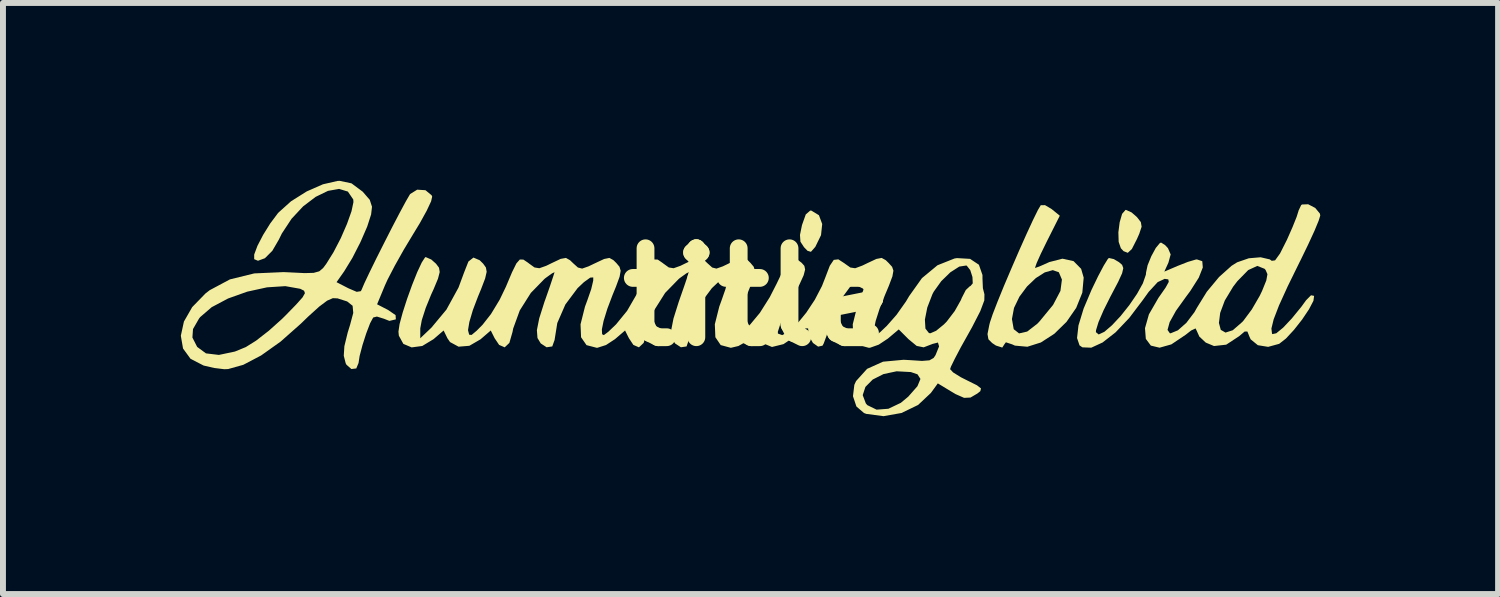
<source format=kicad_pcb>
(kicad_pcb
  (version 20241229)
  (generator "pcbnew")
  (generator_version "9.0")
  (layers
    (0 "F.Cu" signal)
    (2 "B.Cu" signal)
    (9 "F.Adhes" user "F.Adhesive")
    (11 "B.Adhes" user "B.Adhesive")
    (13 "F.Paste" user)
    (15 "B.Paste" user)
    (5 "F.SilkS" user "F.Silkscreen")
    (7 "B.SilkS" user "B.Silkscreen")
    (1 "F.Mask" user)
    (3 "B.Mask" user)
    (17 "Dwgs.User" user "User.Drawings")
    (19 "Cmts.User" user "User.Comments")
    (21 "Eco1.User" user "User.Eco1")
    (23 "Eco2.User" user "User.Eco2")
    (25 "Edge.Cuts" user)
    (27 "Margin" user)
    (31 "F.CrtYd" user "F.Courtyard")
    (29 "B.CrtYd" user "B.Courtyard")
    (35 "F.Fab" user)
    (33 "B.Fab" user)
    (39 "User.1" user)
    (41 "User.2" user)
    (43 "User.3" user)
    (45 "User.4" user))
  (footprint "title"
    (layer "F.Cu")
    (at 9.73 1.959)
    (property "Reference" "title" (at 0 0 0) (layer "F.SilkS") (effects (font (size 1.5 1.5) (thickness 0.3))))
    (attr board_only exclude_from_pos_files exclude_from_bom)
    (fp_poly (pts (xy 0.904 -1.457) (xy 1.032 -1.379) (xy 1.087 -1.231) (xy 1.067 -1.043) (xy 0.97 -0.844) (xy 0.964 -0.838) (xy 0.897 -0.762) (xy 0.839 -0.779) (xy 0.781 -0.839) (xy 0.72 -0.932) (xy 0.712 -1.047) (xy 0.746 -1.213) (xy 0.81 -1.393) (xy 0.884 -1.457)) (stroke (width 0) (type solid)) (fill yes) (layer "F.SilkS"))
    (fp_poly (pts (xy 6.304 -1.427) (xy 6.396 -1.347) (xy 6.461 -1.263) (xy 6.474 -1.185) (xy 6.434 -1.065) (xy 6.396 -0.979) (xy 6.31 -0.81) (xy 6.241 -0.745) (xy 6.17 -0.773) (xy 6.124 -0.822) (xy 6.087 -0.929) (xy 6.082 -1.09) (xy 6.104 -1.261) (xy 6.145 -1.402) (xy 6.202 -1.468) (xy 6.21 -1.469)) (stroke (width 0) (type solid)) (fill yes) (layer "F.SilkS"))
    (fp_poly (pts (xy 4.955 -1.484) (xy 5.094 -1.371) (xy 4.872 -0.93) (xy 4.773 -0.727) (xy 4.704 -0.573) (xy 4.677 -0.495) (xy 4.679 -0.49) (xy 4.748 -0.514) (xy 4.882 -0.573) (xy 4.917 -0.589) (xy 5.139 -0.646) (xy 5.326 -0.605) (xy 5.454 -0.475) (xy 5.497 -0.327) (xy 5.474 -0.073) (xy 5.371 0.183) (xy 5.207 0.42) (xy 5.001 0.621) (xy 4.775 0.767) (xy 4.547 0.839) (xy 4.337 0.82) (xy 4.291 0.799) (xy 4.185 0.764) (xy 4.162 0.794) (xy 4.124 0.853) (xy 4.017 0.819) (xy 3.954 0.777) (xy 3.89 0.713) (xy 3.875 0.625) (xy 3.905 0.472) (xy 3.917 0.425) (xy 3.935 0.372) (xy 4.287 0.372) (xy 4.317 0.543) (xy 4.407 0.614) (xy 4.544 0.583) (xy 4.716 0.45) (xy 4.751 0.413) (xy 4.981 0.133) (xy 5.105 -0.103) (xy 5.13 -0.294) (xy 5.078 -0.417) (xy 4.976 -0.453) (xy 4.841 -0.415) (xy 4.69 -0.319) (xy 4.541 -0.177) (xy 4.413 -0.005) (xy 4.322 0.184) (xy 4.287 0.372) (xy 3.935 0.372) (xy 3.962 0.291) (xy 4.044 0.079) (xy 4.152 -0.186) (xy 4.277 -0.48) (xy 4.407 -0.78) (xy 4.532 -1.06) (xy 4.642 -1.298) (xy 4.726 -1.469) (xy 4.773 -1.548) (xy 4.845 -1.549)) (stroke (width 0) (type solid)) (fill yes) (layer "F.SilkS"))
    (fp_poly (pts (xy -6.852 -1.917) (xy -6.664 -1.777) (xy -6.662 -1.775) (xy -6.544 -1.639) (xy -6.506 -1.522) (xy -6.521 -1.392) (xy -6.587 -1.187) (xy -6.7 -0.927) (xy -6.837 -0.659) (xy -6.977 -0.43) (xy -6.987 -0.416) (xy -7.104 -0.25) (xy -6.906 -0.148) (xy -6.764 -0.087) (xy -6.695 -0.098) (xy -6.682 -0.121) (xy -6.637 -0.227) (xy -6.549 -0.413) (xy -6.432 -0.652) (xy -6.298 -0.918) (xy -6.162 -1.185) (xy -6.036 -1.426) (xy -5.934 -1.615) (xy -5.87 -1.725) (xy -5.862 -1.737) (xy -5.744 -1.81) (xy -5.604 -1.801) (xy -5.501 -1.716) (xy -5.491 -1.694) (xy -5.509 -1.614) (xy -5.583 -1.456) (xy -5.699 -1.246) (xy -5.809 -1.065) (xy -5.971 -0.796) (xy -6.123 -0.525) (xy -6.243 -0.294) (xy -6.288 -0.195) (xy -6.42 0.123) (xy -6.233 0.22) (xy -6.108 0.306) (xy -6.104 0.375) (xy -6.107 0.378) (xy -6.213 0.403) (xy -6.304 0.367) (xy -6.423 0.33) (xy -6.486 0.346) (xy -6.538 0.443) (xy -6.603 0.613) (xy -6.667 0.813) (xy -6.715 0.996) (xy -6.733 1.113) (xy -6.771 1.205) (xy -6.854 1.215) (xy -6.937 1.142) (xy -6.95 1.117) (xy -6.982 0.991) (xy -6.972 0.83) (xy -6.917 0.604) (xy -6.875 0.467) (xy -6.822 0.268) (xy -6.833 0.148) (xy -6.925 0.075) (xy -7.088 0.023) (xy -7.167 0.02) (xy -7.263 0.062) (xy -7.395 0.161) (xy -7.582 0.33) (xy -7.707 0.451) (xy -8.047 0.752) (xy -8.376 0.986) (xy -8.677 1.144) (xy -8.931 1.215) (xy -8.997 1.218) (xy -9.168 1.197) (xy -9.346 1.156) (xy -9.566 1.043) (xy -9.693 0.869) (xy -9.725 0.684) (xy -9.535 0.684) (xy -9.456 0.839) (xy -9.453 0.843) (xy -9.306 0.951) (xy -9.088 0.977) (xy -8.818 0.92) (xy -8.635 0.845) (xy -8.462 0.737) (xy -8.246 0.569) (xy -8.027 0.373) (xy -7.966 0.313) (xy -7.784 0.126) (xy -7.677 0.006) (xy -7.637 -0.065) (xy -7.652 -0.106) (xy -7.712 -0.136) (xy -7.72 -0.139) (xy -7.968 -0.183) (xy -8.276 -0.163) (xy -8.61 -0.09) (xy -8.933 0.025) (xy -9.21 0.172) (xy -9.405 0.34) (xy -9.424 0.365) (xy -9.525 0.541) (xy -9.535 0.684) (xy -9.725 0.684) (xy -9.73 0.653) (xy -9.678 0.414) (xy -9.538 0.17) (xy -9.313 -0.061) (xy -9.243 -0.115) (xy -8.902 -0.297) (xy -8.491 -0.398) (xy -7.997 -0.42) (xy -7.887 -0.415) (xy -7.643 -0.403) (xy -7.49 -0.407) (xy -7.396 -0.433) (xy -7.33 -0.489) (xy -7.279 -0.557) (xy -7.155 -0.756) (xy -7.033 -0.991) (xy -6.928 -1.232) (xy -6.852 -1.445) (xy -6.819 -1.6) (xy -6.822 -1.645) (xy -6.913 -1.778) (xy -7.061 -1.823) (xy -7.248 -1.79) (xy -7.456 -1.689) (xy -7.667 -1.529) (xy -7.863 -1.319) (xy -8.027 -1.07) (xy -8.077 -0.968) (xy -8.187 -0.779) (xy -8.312 -0.654) (xy -8.429 -0.611) (xy -8.493 -0.638) (xy -8.493 -0.716) (xy -8.438 -0.863) (xy -8.342 -1.048) (xy -8.222 -1.241) (xy -8.094 -1.412) (xy -8.08 -1.427) (xy -7.872 -1.614) (xy -7.608 -1.78) (xy -7.333 -1.901) (xy -7.088 -1.957) (xy -7.052 -1.959)) (stroke (width 0) (type solid)) (fill yes) (layer "F.SilkS"))
    (fp_poly (pts (xy 9.402 -1.502) (xy 9.48 -1.408) (xy 9.487 -1.374) (xy 9.46 -1.287) (xy 9.389 -1.115) (xy 9.282 -0.883) (xy 9.152 -0.615) (xy 9.142 -0.596) (xy 8.937 -0.178) (xy 8.791 0.143) (xy 8.701 0.377) (xy 8.663 0.532) (xy 8.673 0.617) (xy 8.68 0.626) (xy 8.745 0.612) (xy 8.861 0.517) (xy 9.008 0.361) (xy 9.168 0.165) (xy 9.247 0.056) (xy 9.331 -0.029) (xy 9.383 -0.019) (xy 9.372 0.064) (xy 9.297 0.207) (xy 9.181 0.38) (xy 9.044 0.554) (xy 8.908 0.701) (xy 8.794 0.79) (xy 8.608 0.841) (xy 8.434 0.813) (xy 8.313 0.714) (xy 8.292 0.668) (xy 8.258 0.582) (xy 8.211 0.583) (xy 8.119 0.661) (xy 7.901 0.804) (xy 7.695 0.827) (xy 7.556 0.769) (xy 7.447 0.667) (xy 7.406 0.575) (xy 7.384 0.53) (xy 7.309 0.565) (xy 7.217 0.637) (xy 6.976 0.799) (xy 6.777 0.855) (xy 6.63 0.82) (xy 6.545 0.706) (xy 6.531 0.526) (xy 6.597 0.293) (xy 6.754 0.021) (xy 6.759 0.013) (xy 6.879 -0.159) (xy 6.932 -0.255) (xy 6.924 -0.297) (xy 6.863 -0.306) (xy 6.745 -0.251) (xy 6.592 -0.085) (xy 6.497 0.048) (xy 6.265 0.354) (xy 6.034 0.597) (xy 5.816 0.767) (xy 5.625 0.855) (xy 5.475 0.849) (xy 5.427 0.816) (xy 5.385 0.692) (xy 5.409 0.48) (xy 5.496 0.195) (xy 5.63 -0.122) (xy 5.74 -0.35) (xy 5.836 -0.531) (xy 5.903 -0.639) (xy 5.922 -0.658) (xy 6.005 -0.639) (xy 6.092 -0.588) (xy 6.145 -0.542) (xy 6.165 -0.487) (xy 6.145 -0.4) (xy 6.079 -0.256) (xy 5.961 -0.031) (xy 5.947 -0.005) (xy 5.832 0.225) (xy 5.747 0.423) (xy 5.705 0.56) (xy 5.703 0.593) (xy 5.75 0.632) (xy 5.846 0.587) (xy 5.974 0.477) (xy 6.12 0.321) (xy 6.266 0.138) (xy 6.396 -0.052) (xy 6.495 -0.23) (xy 6.546 -0.377) (xy 6.549 -0.414) (xy 6.575 -0.535) (xy 6.637 -0.687) (xy 6.713 -0.827) (xy 6.782 -0.91) (xy 6.802 -0.918) (xy 6.868 -0.877) (xy 6.918 -0.824) (xy 6.964 -0.718) (xy 6.926 -0.579) (xy 6.857 -0.428) (xy 7.086 -0.526) (xy 7.254 -0.592) (xy 7.386 -0.631) (xy 7.406 -0.634) (xy 7.497 -0.604) (xy 7.506 -0.498) (xy 7.438 -0.326) (xy 7.295 -0.101) (xy 7.223 -0.004) (xy 7.053 0.233) (xy 6.947 0.424) (xy 6.911 0.555) (xy 6.95 0.611) (xy 6.964 0.612) (xy 7.086 0.562) (xy 7.226 0.438) (xy 7.778 0.438) (xy 7.809 0.554) (xy 7.889 0.6) (xy 8.011 0.561) (xy 8.172 0.421) (xy 8.191 0.4) (xy 8.333 0.209) (xy 8.466 -0.02) (xy 8.505 -0.101) (xy 8.577 -0.279) (xy 8.596 -0.385) (xy 8.565 -0.456) (xy 8.547 -0.476) (xy 8.425 -0.524) (xy 8.272 -0.454) (xy 8.089 -0.267) (xy 8.017 -0.173) (xy 7.877 0.059) (xy 7.799 0.268) (xy 7.778 0.438) (xy 7.226 0.438) (xy 7.231 0.433) (xy 7.365 0.256) (xy 7.407 0.181) (xy 7.574 -0.089) (xy 7.78 -0.337) (xy 7.991 -0.526) (xy 8.085 -0.585) (xy 8.282 -0.653) (xy 8.481 -0.67) (xy 8.636 -0.634) (xy 8.669 -0.61) (xy 8.725 -0.618) (xy 8.808 -0.733) (xy 8.922 -0.959) (xy 8.926 -0.967) (xy 9.019 -1.178) (xy 9.088 -1.35) (xy 9.119 -1.448) (xy 9.12 -1.455) (xy 9.164 -1.548) (xy 9.179 -1.56) (xy 9.283 -1.564)) (stroke (width 0) (type solid)) (fill yes) (layer "F.SilkS"))
    (fp_poly (pts (xy -5.506 -0.632) (xy -5.426 -0.561) (xy -5.376 -0.494) (xy -5.364 -0.421) (xy -5.393 -0.309) (xy -5.468 -0.129) (xy -5.508 -0.042) (xy -5.6 0.184) (xy -5.666 0.389) (xy -5.692 0.529) (xy -5.692 0.53) (xy -5.692 0.696) (xy -5.503 0.516) (xy -5.251 0.213) (xy -5.047 -0.159) (xy -4.953 -0.413) (xy -4.88 -0.598) (xy -4.795 -0.665) (xy -4.69 -0.62) (xy -4.631 -0.562) (xy -4.585 -0.498) (xy -4.572 -0.425) (xy -4.598 -0.312) (xy -4.667 -0.131) (xy -4.718 -0.008) (xy -4.805 0.221) (xy -4.864 0.421) (xy -4.886 0.554) (xy -4.885 0.568) (xy -4.867 0.636) (xy -4.826 0.64) (xy -4.74 0.568) (xy -4.641 0.468) (xy -4.499 0.287) (xy -4.353 0.046) (xy -4.248 -0.172) (xy -4.144 -0.418) (xy -4.071 -0.566) (xy -4.013 -0.632) (xy -3.953 -0.631) (xy -3.877 -0.58) (xy -3.858 -0.565) (xy -3.765 -0.498) (xy -3.684 -0.485) (xy -3.568 -0.526) (xy -3.476 -0.571) (xy -3.324 -0.643) (xy -3.235 -0.659) (xy -3.166 -0.62) (xy -3.113 -0.569) (xy -3.033 -0.497) (xy -2.962 -0.479) (xy -2.856 -0.516) (xy -2.745 -0.569) (xy -2.591 -0.641) (xy -2.502 -0.659) (xy -2.435 -0.622) (xy -2.387 -0.575) (xy -2.332 -0.51) (xy -2.312 -0.443) (xy -2.33 -0.342) (xy -2.39 -0.178) (xy -2.45 -0.031) (xy -2.537 0.199) (xy -2.6 0.403) (xy -2.628 0.541) (xy -2.629 0.548) (xy -2.625 0.628) (xy -2.596 0.643) (xy -2.521 0.587) (xy -2.39 0.462) (xy -2.204 0.234) (xy -2.035 -0.058) (xy -1.981 -0.178) (xy -1.878 -0.422) (xy -1.805 -0.568) (xy -1.747 -0.633) (xy -1.687 -0.631) (xy -1.61 -0.578) (xy -1.593 -0.565) (xy -1.5 -0.498) (xy -1.419 -0.485) (xy -1.304 -0.526) (xy -1.212 -0.571) (xy -1.059 -0.643) (xy -0.971 -0.659) (xy -0.901 -0.62) (xy -0.848 -0.569) (xy -0.768 -0.497) (xy -0.697 -0.479) (xy -0.591 -0.516) (xy -0.481 -0.569) (xy -0.327 -0.641) (xy -0.238 -0.659) (xy -0.17 -0.622) (xy -0.123 -0.575) (xy -0.068 -0.51) (xy -0.048 -0.443) (xy -0.066 -0.342) (xy -0.126 -0.178) (xy -0.185 -0.031) (xy -0.272 0.199) (xy -0.336 0.403) (xy -0.364 0.541) (xy -0.364 0.548) (xy -0.361 0.628) (xy -0.331 0.644) (xy -0.256 0.587) (xy -0.126 0.462) (xy 0.036 0.267) (xy 0.202 0.004) (xy 0.318 -0.223) (xy 0.419 -0.433) (xy 0.507 -0.59) (xy 0.567 -0.669) (xy 0.577 -0.673) (xy 0.662 -0.636) (xy 0.74 -0.577) (xy 0.786 -0.525) (xy 0.799 -0.463) (xy 0.774 -0.366) (xy 0.703 -0.21) (xy 0.581 0.028) (xy 0.575 0.039) (xy 0.462 0.269) (xy 0.38 0.459) (xy 0.339 0.585) (xy 0.34 0.617) (xy 0.413 0.643) (xy 0.529 0.58) (xy 0.669 0.447) (xy 0.819 0.263) (xy 0.962 0.047) (xy 1.082 -0.183) (xy 1.137 -0.323) (xy 1.215 -0.527) (xy 1.282 -0.626) (xy 1.359 -0.635) (xy 1.464 -0.567) (xy 1.47 -0.562) (xy 1.562 -0.497) (xy 1.643 -0.485) (xy 1.762 -0.529) (xy 1.849 -0.571) (xy 2.001 -0.642) (xy 2.09 -0.659) (xy 2.159 -0.621) (xy 2.208 -0.573) (xy 2.266 -0.509) (xy 2.288 -0.444) (xy 2.271 -0.348) (xy 2.212 -0.191) (xy 2.144 -0.029) (xy 2.054 0.2) (xy 1.989 0.403) (xy 1.961 0.54) (xy 1.96 0.548) (xy 1.964 0.632) (xy 1.992 0.648) (xy 2.067 0.591) (xy 2.177 0.486) (xy 2.27 0.381) (xy 2.819 0.381) (xy 2.828 0.533) (xy 2.887 0.608) (xy 2.911 0.612) (xy 3.008 0.57) (xy 3.139 0.463) (xy 3.188 0.413) (xy 3.322 0.237) (xy 3.426 0.052) (xy 3.441 0.015) (xy 3.509 -0.118) (xy 3.579 -0.183) (xy 3.587 -0.184) (xy 3.626 -0.23) (xy 3.621 -0.337) (xy 3.584 -0.453) (xy 3.526 -0.527) (xy 3.516 -0.531) (xy 3.399 -0.513) (xy 3.248 -0.416) (xy 3.095 -0.267) (xy 2.969 -0.091) (xy 2.946 -0.048) (xy 2.859 0.178) (xy 2.819 0.381) (xy 2.27 0.381) (xy 2.341 0.3) (xy 2.5 0.075) (xy 2.554 -0.016) (xy 2.769 -0.318) (xy 3.031 -0.535) (xy 3.317 -0.649) (xy 3.36 -0.656) (xy 3.581 -0.643) (xy 3.73 -0.544) (xy 3.79 -0.371) (xy 3.79 -0.313) (xy 3.797 -0.148) (xy 3.823 -0.046) (xy 3.821 0.058) (xy 3.753 0.239) (xy 3.616 0.506) (xy 3.557 0.612) (xy 3.426 0.846) (xy 3.323 1.042) (xy 3.258 1.175) (xy 3.244 1.217) (xy 3.295 1.272) (xy 3.425 1.353) (xy 3.532 1.407) (xy 3.697 1.489) (xy 3.765 1.542) (xy 3.754 1.588) (xy 3.704 1.628) (xy 3.588 1.696) (xy 3.48 1.701) (xy 3.337 1.638) (xy 3.248 1.585) (xy 3.037 1.457) (xy 2.92 1.618) (xy 2.704 1.821) (xy 2.425 1.956) (xy 2.121 2.01) (xy 1.832 1.972) (xy 1.792 1.957) (xy 1.664 1.847) (xy 1.606 1.674) (xy 1.608 1.655) (xy 1.77 1.655) (xy 1.823 1.795) (xy 1.848 1.824) (xy 2.004 1.9) (xy 2.203 1.885) (xy 2.413 1.785) (xy 2.538 1.681) (xy 2.693 1.505) (xy 2.744 1.382) (xy 2.694 1.304) (xy 2.582 1.266) (xy 2.342 1.253) (xy 2.121 1.3) (xy 1.939 1.392) (xy 1.816 1.516) (xy 1.77 1.655) (xy 1.608 1.655) (xy 1.629 1.481) (xy 1.658 1.418) (xy 1.844 1.212) (xy 2.113 1.091) (xy 2.459 1.059) (xy 2.554 1.064) (xy 2.77 1.078) (xy 2.896 1.068) (xy 2.966 1.028) (xy 2.998 0.981) (xy 3.058 0.833) (xy 3.039 0.768) (xy 2.942 0.793) (xy 2.942 0.794) (xy 2.798 0.849) (xy 2.68 0.825) (xy 2.542 0.711) (xy 2.533 0.702) (xy 2.378 0.547) (xy 2.194 0.702) (xy 2.04 0.804) (xy 1.896 0.855) (xy 1.874 0.857) (xy 1.702 0.811) (xy 1.611 0.678) (xy 1.602 0.461) (xy 1.676 0.164) (xy 1.714 0.061) (xy 1.798 -0.163) (xy 1.831 -0.292) (xy 1.813 -0.34) (xy 1.746 -0.323) (xy 1.723 -0.311) (xy 1.558 -0.172) (xy 1.397 0.047) (xy 1.267 0.305) (xy 1.213 0.469) (xy 1.161 0.652) (xy 1.112 0.785) (xy 1.092 0.821) (xy 1.018 0.837) (xy 0.931 0.775) (xy 0.868 0.667) (xy 0.857 0.599) (xy 0.849 0.53) (xy 0.807 0.53) (xy 0.706 0.606) (xy 0.669 0.637) (xy 0.434 0.795) (xy 0.24 0.843) (xy 0.09 0.781) (xy 0.063 0.752) (xy -0.014 0.67) (xy -0.08 0.67) (xy -0.178 0.743) (xy -0.327 0.827) (xy -0.454 0.857) (xy -0.625 0.811) (xy -0.715 0.678) (xy -0.724 0.46) (xy -0.649 0.162) (xy -0.61 0.055) (xy -0.545 -0.132) (xy -0.51 -0.276) (xy -0.51 -0.33) (xy -0.561 -0.327) (xy -0.667 -0.25) (xy -0.774 -0.149) (xy -0.98 0.127) (xy -1.117 0.439) (xy -1.163 0.726) (xy -1.201 0.834) (xy -1.296 0.848) (xy -1.395 0.783) (xy -1.451 0.692) (xy -1.46 0.559) (xy -1.421 0.362) (xy -1.332 0.08) (xy -1.315 0.031) (xy -1.242 -0.178) (xy -1.188 -0.337) (xy -1.164 -0.415) (xy -1.163 -0.418) (xy -1.205 -0.398) (xy -1.308 -0.324) (xy -1.331 -0.306) (xy -1.562 -0.069) (xy -1.749 0.227) (xy -1.861 0.532) (xy -1.871 0.589) (xy -1.924 0.774) (xy -2.004 0.849) (xy -2.098 0.808) (xy -2.173 0.695) (xy -2.238 0.565) (xy -2.408 0.711) (xy -2.559 0.81) (xy -2.703 0.856) (xy -2.715 0.857) (xy -2.888 0.812) (xy -2.98 0.679) (xy -2.989 0.461) (xy -2.914 0.163) (xy -2.874 0.055) (xy -2.809 -0.132) (xy -2.775 -0.276) (xy -2.774 -0.33) (xy -2.825 -0.327) (xy -2.932 -0.25) (xy -3.039 -0.149) (xy -3.245 0.127) (xy -3.381 0.439) (xy -3.427 0.726) (xy -3.466 0.834) (xy -3.561 0.848) (xy -3.66 0.783) (xy -3.715 0.692) (xy -3.725 0.559) (xy -3.686 0.362) (xy -3.597 0.08) (xy -3.579 0.031) (xy -3.506 -0.178) (xy -3.453 -0.337) (xy -3.428 -0.415) (xy -3.428 -0.418) (xy -3.47 -0.398) (xy -3.573 -0.324) (xy -3.596 -0.306) (xy -3.827 -0.069) (xy -4.014 0.227) (xy -4.125 0.532) (xy -4.136 0.589) (xy -4.189 0.774) (xy -4.268 0.849) (xy -4.362 0.808) (xy -4.438 0.695) (xy -4.503 0.565) (xy -4.676 0.714) (xy -4.864 0.823) (xy -5.046 0.838) (xy -5.19 0.76) (xy -5.234 0.696) (xy -5.298 0.565) (xy -5.468 0.711) (xy -5.658 0.826) (xy -5.837 0.85) (xy -5.977 0.791) (xy -6.053 0.653) (xy -6.06 0.585) (xy -6.041 0.457) (xy -5.989 0.264) (xy -5.915 0.034) (xy -5.83 -0.202) (xy -5.744 -0.417) (xy -5.667 -0.582) (xy -5.612 -0.667) (xy -5.6 -0.673)) (stroke (width 0) (type solid)) (fill yes) (layer "F.SilkS")))
  (gr_rect
    (start -3 -3)
    (end 22.216 6.969)
    (stroke (width 0.1) (type default))
    (fill no)
    (layer "Edge.Cuts")))
</source>
